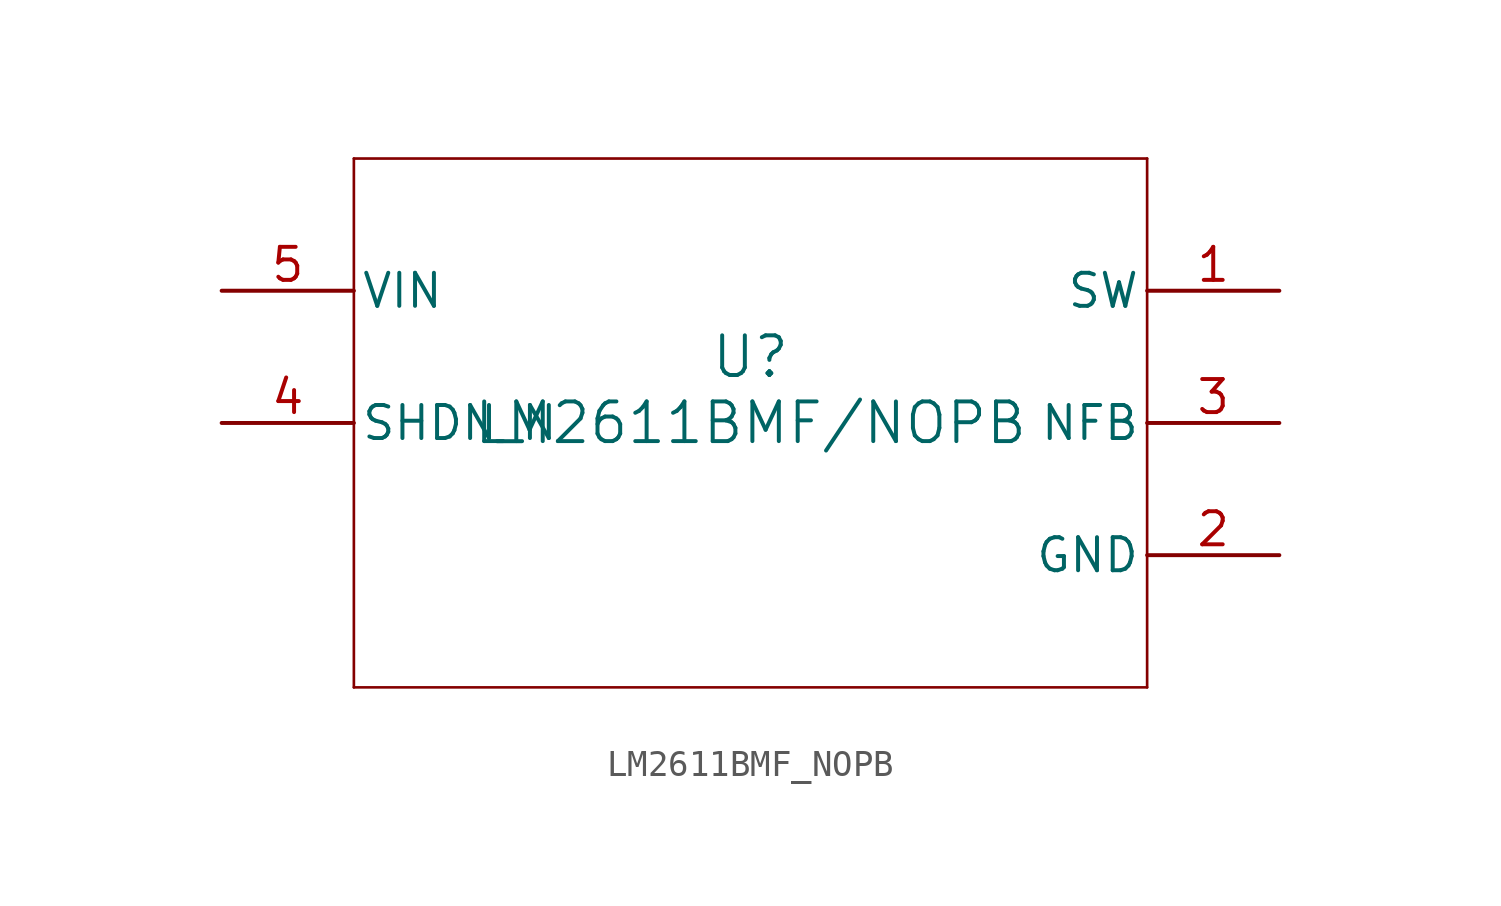
<source format=kicad_sym>
(kicad_symbol_lib
  (version 20211014)
  (generator kicad_symbol_editor)
  (symbol "LM2611BMF_NOPB"
    (pin_names
      (offset 0.254))
    (property "Reference" "U"
      (at 0 2.54 0)
      (effects (font (size 1.524 1.524))))
    (property "Value" "LM2611BMF/NOPB"
      (at 0 0 0)
      (effects (font (size 1.524 1.524))))
    (symbol "LM2611BMF_NOPB_0_1"
      (polyline (pts (xy -15.24 -10.16) (xy 15.24 -10.16)) (stroke (width 0.102) (type default) (color 0 0 0 0)) (fill (type none)))
      (polyline (pts (xy 15.24 -10.16) (xy 15.24 10.16)) (stroke (width 0.102) (type default) (color 0 0 0 0)) (fill (type none)))
      (polyline (pts (xy 15.24 10.16) (xy -15.24 10.16)) (stroke (width 0.102) (type default) (color 0 0 0 0)) (fill (type none)))
      (polyline (pts (xy -15.24 10.16) (xy -15.24 -10.16)) (stroke (width 0.102) (type default) (color 0 0 0 0)) (fill (type none)))
      (pin power_in line (at 20.32 5.08 180) (length 5.08) (name "SW" (effects (font (size 1.27 1.27)))) (number "1" (effects (font (size 1.27 1.27)))))
      (pin power_in line (at 20.32 -5.08 180) (length 5.08) (name "GND" (effects (font (size 1.27 1.27)))) (number "2" (effects (font (size 1.27 1.27)))))
      (pin input line (at 20.32 0 180) (length 5.08) (name "NFB" (effects (font (size 1.27 1.27)))) (number "3" (effects (font (size 1.27 1.27)))))
      (pin input line (at -20.32 0 0) (length 5.08) (name "SHDN_N" (effects (font (size 1.27 1.27)))) (number "4" (effects (font (size 1.27 1.27)))))
      (pin unspecified line (at -20.32 5.08 0) (length 5.08) (name "VIN" (effects (font (size 1.27 1.27)))) (number "5" (effects (font (size 1.27 1.27))))))))
</source>
